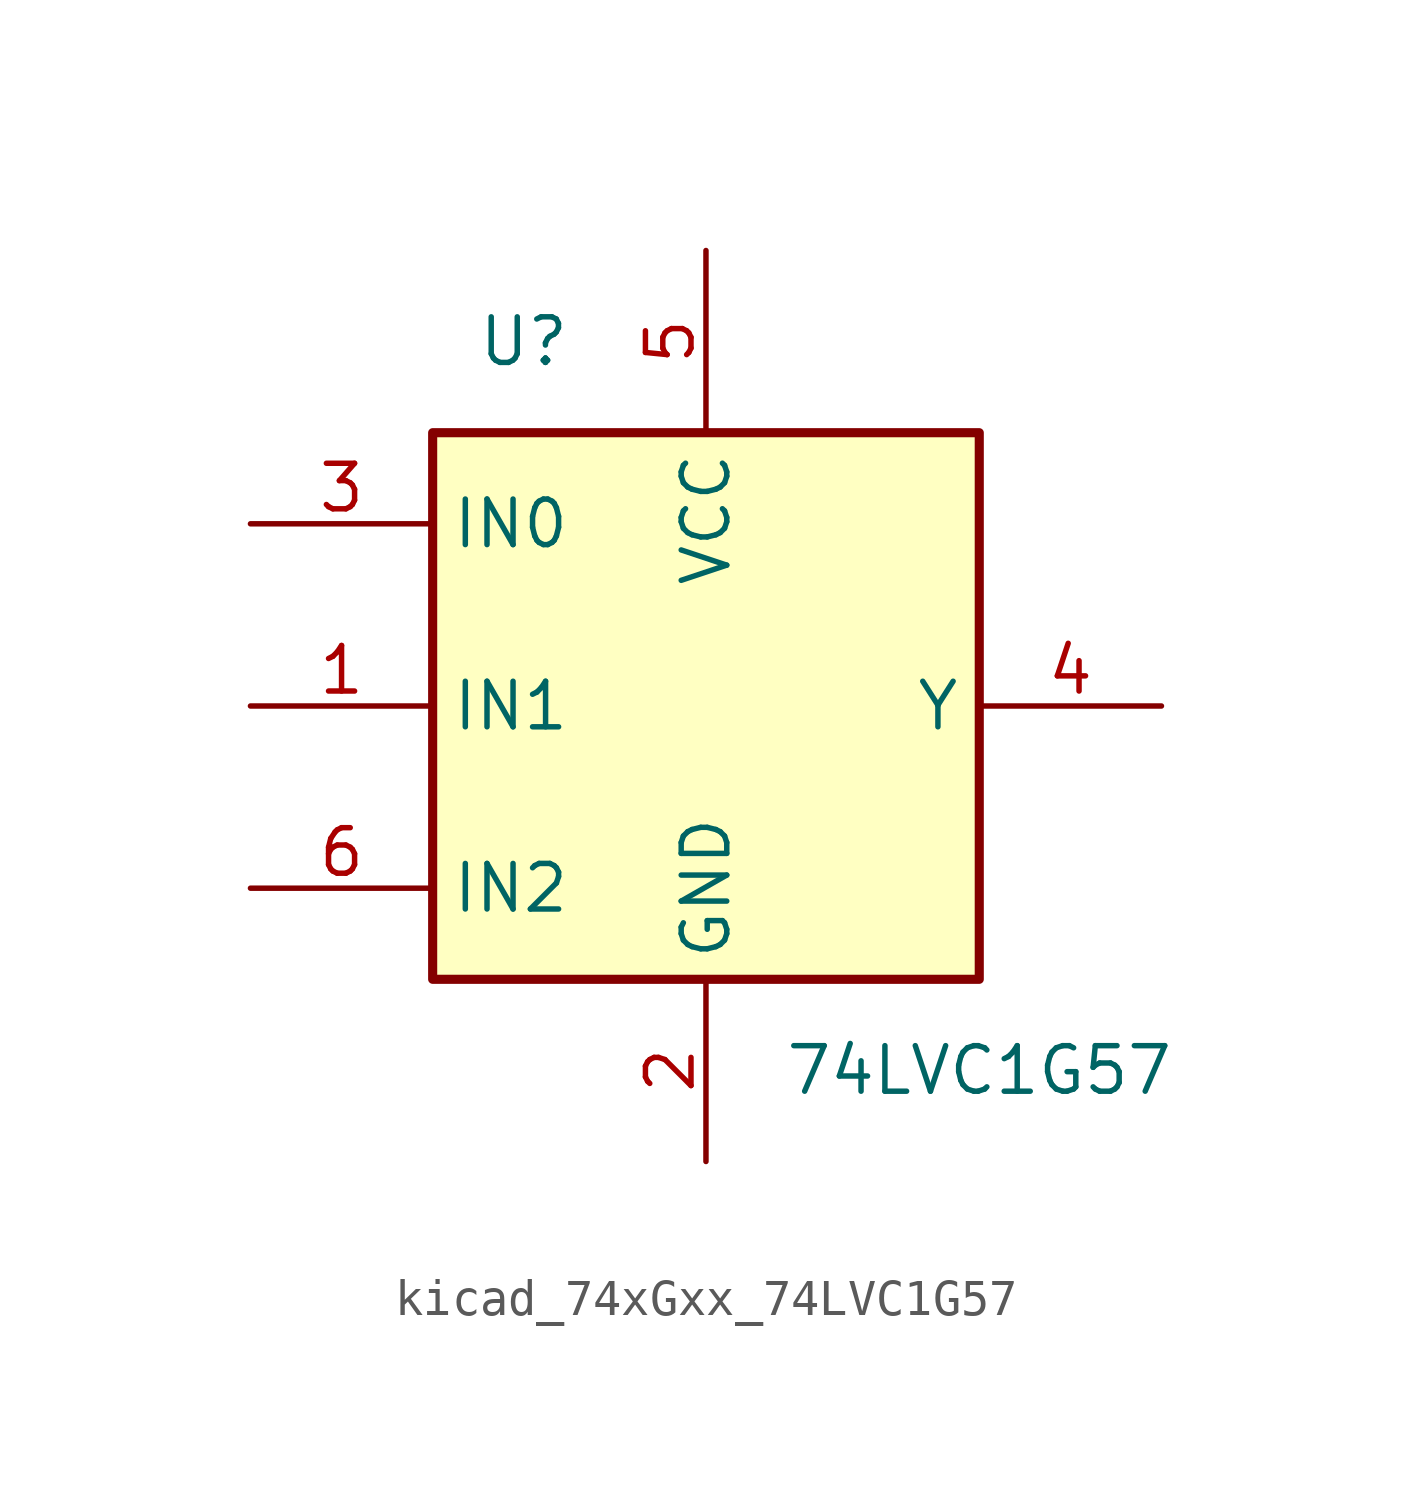
<source format=kicad_sym>
(kicad_symbol_lib
  (version 20220914)
  (generator kicad_symbol_editor)
  (symbol "kicad_74xGxx_74LVC1G57"
    (property "Reference" "U"
      (at -5.08 10.16 0)
      (effects (font (size 1.27 1.27))))
    (property "Value" "74LVC1G57"
      (at 7.62 -10.16 0)
      (effects (font (size 1.27 1.27))))
    (symbol "kicad_74xGxx_74LVC1G57_0_1"
      (rectangle (start -7.62 7.62) (end 7.62 -7.62) (stroke (width 0.254) (type default)) (fill (type background))))
    (symbol "kicad_74xGxx_74LVC1G57_1_1"
      (pin input line (at -12.7 0 0) (length 5.08) (name "IN1" (effects (font (size 1.27 1.27)))) (number "1" (effects (font (size 1.27 1.27)))))
      (pin power_in line (at 0 -12.7 90) (length 5.08) (name "GND" (effects (font (size 1.27 1.27)))) (number "2" (effects (font (size 1.27 1.27)))))
      (pin input line (at -12.7 5.08 0) (length 5.08) (name "IN0" (effects (font (size 1.27 1.27)))) (number "3" (effects (font (size 1.27 1.27)))))
      (pin output line (at 12.7 0 180) (length 5.08) (name "Y" (effects (font (size 1.27 1.27)))) (number "4" (effects (font (size 1.27 1.27)))))
      (pin power_in line (at 0 12.7 270) (length 5.08) (name "VCC" (effects (font (size 1.27 1.27)))) (number "5" (effects (font (size 1.27 1.27)))))
      (pin input line (at -12.7 -5.08 0) (length 5.08) (name "IN2" (effects (font (size 1.27 1.27)))) (number "6" (effects (font (size 1.27 1.27))))))))
</source>
